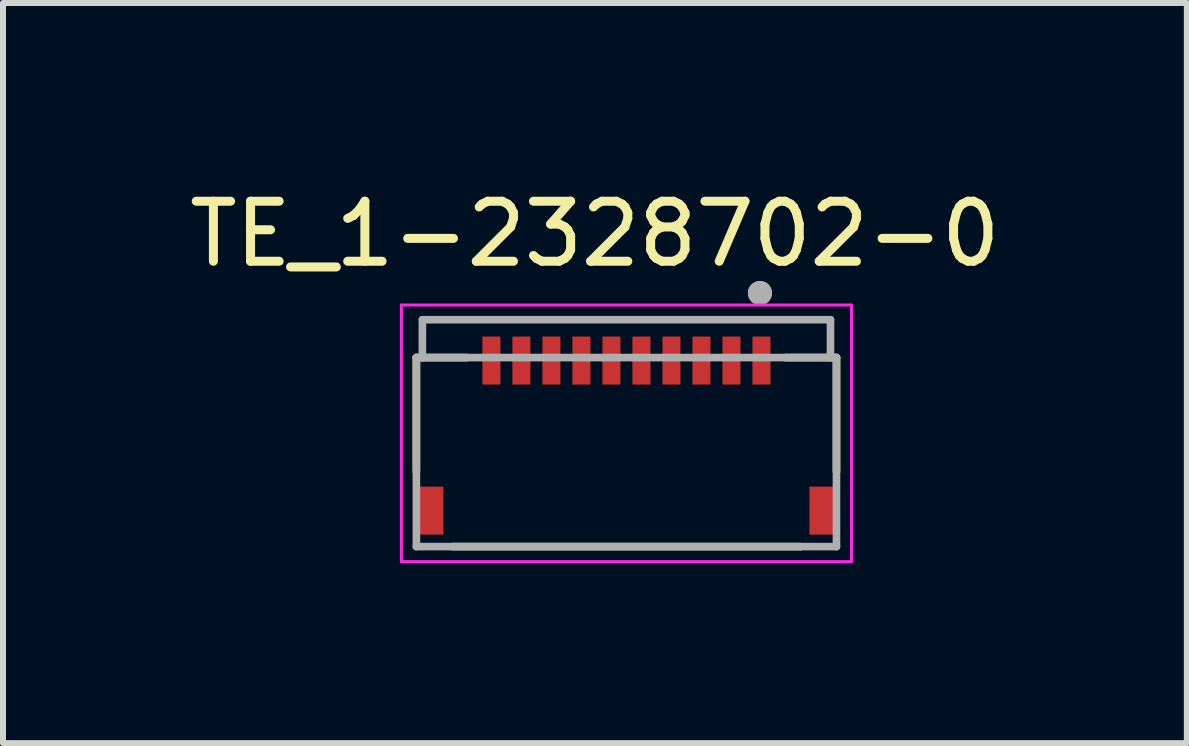
<source format=kicad_pcb>
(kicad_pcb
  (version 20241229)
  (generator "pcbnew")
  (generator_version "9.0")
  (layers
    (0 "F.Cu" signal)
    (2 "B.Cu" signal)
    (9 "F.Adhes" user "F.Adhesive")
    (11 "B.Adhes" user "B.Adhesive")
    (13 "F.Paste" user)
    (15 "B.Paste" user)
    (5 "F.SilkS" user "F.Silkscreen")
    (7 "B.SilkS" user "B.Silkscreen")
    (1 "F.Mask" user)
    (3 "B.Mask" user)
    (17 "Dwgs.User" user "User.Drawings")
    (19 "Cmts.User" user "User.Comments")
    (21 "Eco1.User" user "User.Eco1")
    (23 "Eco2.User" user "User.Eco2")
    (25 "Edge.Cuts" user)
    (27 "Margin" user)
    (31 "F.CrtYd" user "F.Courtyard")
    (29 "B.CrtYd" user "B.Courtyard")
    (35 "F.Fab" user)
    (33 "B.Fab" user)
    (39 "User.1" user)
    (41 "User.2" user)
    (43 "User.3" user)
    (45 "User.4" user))
  (footprint "TE_1-2328702-0"
    (layer "F.Cu")
    (at 9.638 2.958)
    (property "Reference" "TE_1-2328702-0" (at -2.775 -2.11 0) (layer "F.SilkS") (effects (font (size 1 1) (thickness 0.15))))
    (attr smd)
    (fp_line (start -5.75 -0.05) (end -5.75 1.85) (stroke (width 0.127) (type solid)) (layer "F.SilkS"))
    (fp_line (start -5.15 3.1) (end 0.65 3.1) (stroke (width 0.127) (type solid)) (layer "F.SilkS"))
    (fp_line (start -4.9 -0.05) (end -5.75 -0.05) (stroke (width 0.127) (type solid)) (layer "F.SilkS"))
    (fp_line (start 0.4 -0.05) (end 1.25 -0.05) (stroke (width 0.127) (type solid)) (layer "F.SilkS"))
    (fp_line (start 1.25 -0.05) (end 1.25 1.85) (stroke (width 0.127) (type solid)) (layer "F.SilkS"))
    (fp_circle (center -0.025 -1.125) (end 0.075 -1.125) (stroke (width 0.2) (type solid)) (fill no) (layer "F.SilkS"))
    (fp_line (start -6 -0.925) (end 1.5 -0.925) (stroke (width 0.05) (type solid)) (layer "F.CrtYd"))
    (fp_line (start -6 3.35) (end -6 -0.925) (stroke (width 0.05) (type solid)) (layer "F.CrtYd"))
    (fp_line (start 1.5 -0.925) (end 1.5 3.35) (stroke (width 0.05) (type solid)) (layer "F.CrtYd"))
    (fp_line (start 1.5 3.35) (end -6 3.35) (stroke (width 0.05) (type solid)) (layer "F.CrtYd"))
    (fp_line (start -5.75 -0.05) (end -5.65 -0.05) (stroke (width 0.127) (type solid)) (layer "F.Fab"))
    (fp_line (start -5.75 3.1) (end -5.75 -0.05) (stroke (width 0.127) (type solid)) (layer "F.Fab"))
    (fp_line (start -5.65 -0.68) (end 1.15 -0.68) (stroke (width 0.127) (type solid)) (layer "F.Fab"))
    (fp_line (start -5.65 -0.05) (end -5.65 -0.68) (stroke (width 0.127) (type solid)) (layer "F.Fab"))
    (fp_line (start -5.65 -0.05) (end 1.15 -0.05) (stroke (width 0.127) (type solid)) (layer "F.Fab"))
    (fp_line (start 1.15 -0.68) (end 1.15 -0.05) (stroke (width 0.127) (type solid)) (layer "F.Fab"))
    (fp_line (start 1.15 -0.05) (end 1.25 -0.05) (stroke (width 0.127) (type solid)) (layer "F.Fab"))
    (fp_line (start 1.25 -0.05) (end 1.25 3.1) (stroke (width 0.127) (type solid)) (layer "F.Fab"))
    (fp_line (start 1.25 3.1) (end -5.75 3.1) (stroke (width 0.127) (type solid)) (layer "F.Fab"))
    (fp_circle (center -0.025 -1.125) (end 0.075 -1.125) (stroke (width 0.2) (type solid)) (fill no) (layer "F.Fab"))
    (pad "1" smd rect (at 0 0) (size 0.3 0.8) (layers "F.Cu" "F.Mask" "F.Paste"))
    (pad "2" smd rect (at -0.5 0) (size 0.3 0.8) (layers "F.Cu" "F.Mask" "F.Paste"))
    (pad "3" smd rect (at -1 0) (size 0.3 0.8) (layers "F.Cu" "F.Mask" "F.Paste"))
    (pad "4" smd rect (at -1.5 0) (size 0.3 0.8) (layers "F.Cu" "F.Mask" "F.Paste"))
    (pad "5" smd rect (at -2 0) (size 0.3 0.8) (layers "F.Cu" "F.Mask" "F.Paste"))
    (pad "6" smd rect (at -2.5 0) (size 0.3 0.8) (layers "F.Cu" "F.Mask" "F.Paste"))
    (pad "7" smd rect (at -3 0) (size 0.3 0.8) (layers "F.Cu" "F.Mask" "F.Paste"))
    (pad "8" smd rect (at -3.5 0) (size 0.3 0.8) (layers "F.Cu" "F.Mask" "F.Paste"))
    (pad "9" smd rect (at -4 0) (size 0.3 0.8) (layers "F.Cu" "F.Mask" "F.Paste"))
    (pad "10" smd rect (at -4.5 0) (size 0.3 0.8) (layers "F.Cu" "F.Mask" "F.Paste"))
    (pad "S1" smd rect (at 1 2.5) (size 0.4 0.8) (layers "F.Cu" "F.Mask" "F.Paste"))
    (pad "S2" smd rect (at -5.5 2.5) (size 0.4 0.8) (layers "F.Cu" "F.Mask" "F.Paste")))
  (gr_rect
    (start -3 -3)
    (end 16.726 9.333)
    (stroke (width 0.1) (type default))
    (fill no)
    (layer "Edge.Cuts")))
</source>
